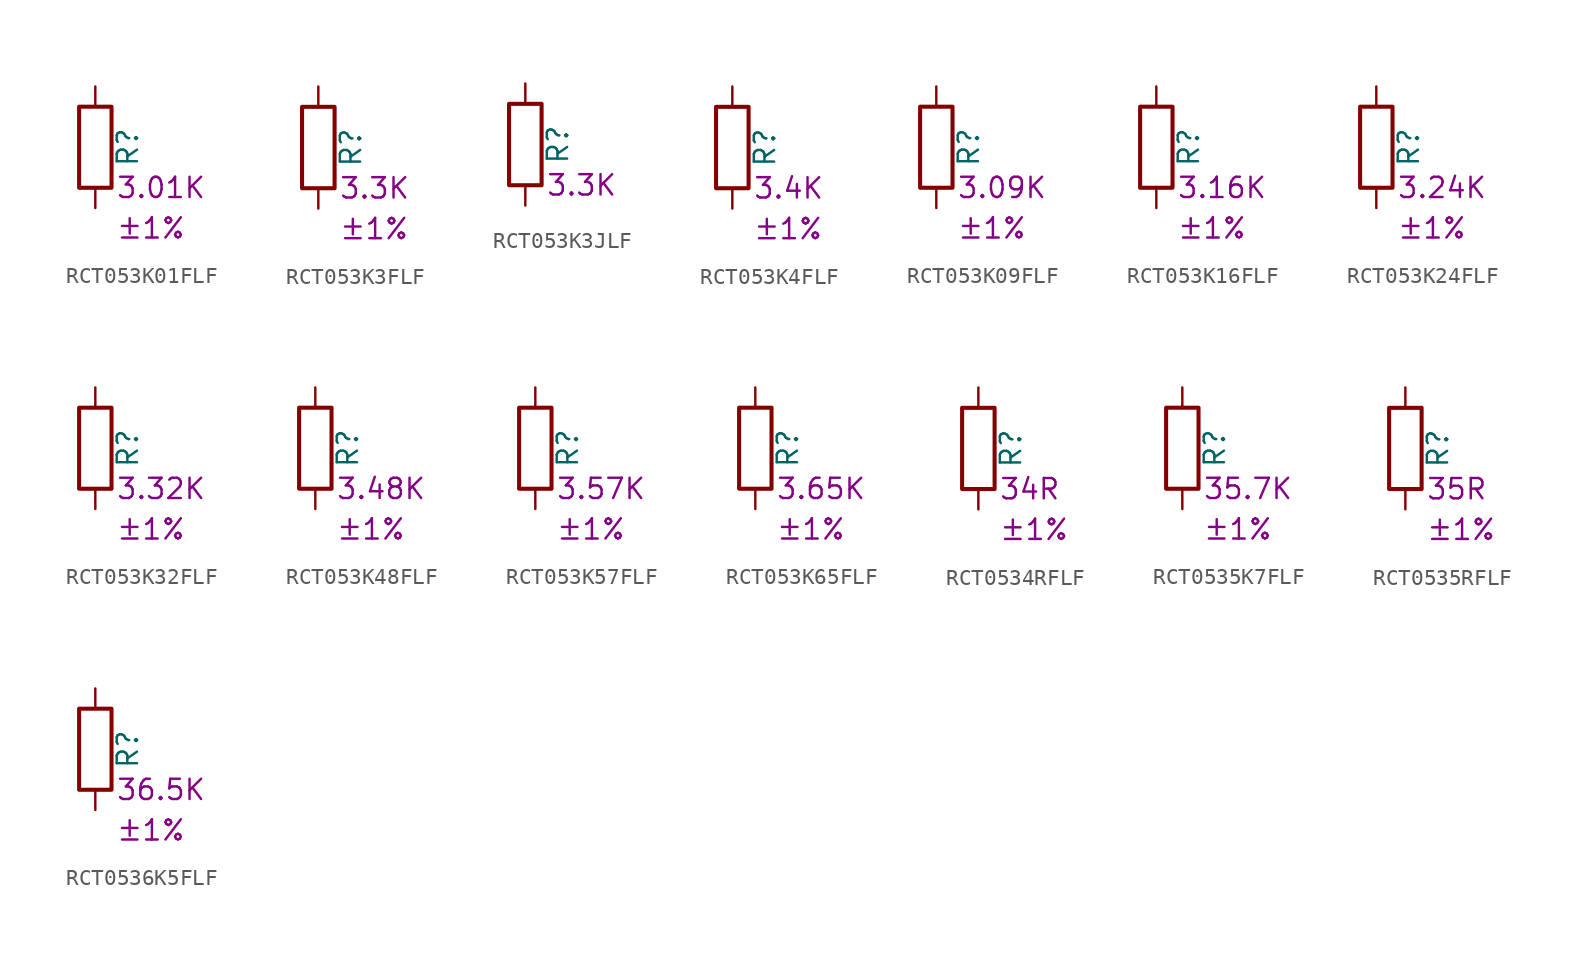
<source format=kicad_sym>
(kicad_symbol_lib
  (version 20220914)
  (generator kicad_symbol_editor)
  (symbol "RCT053K01FLF"
    (pin_numbers hide)
    (pin_names
      (offset 0))
    (property "Reference" "R"
      (at 2.032 0 90)
      (effects (font (size 1.27 1.27))))
    (property "Resistance" "3.01K"
      (at 1.27 -2.54 0)
      (effects (font (size 1.27 1.27)) (justify left)))
    (property "Tolerance" "±1%"
      (at 1.27 -5.08 0)
      (effects (font (size 1.27 1.27)) (justify left)))
    (symbol "RCT053K01FLF_0_1"
      (rectangle (start -1.016 -2.54) (end 1.016 2.54) (stroke (width 0.254) (type default)) (fill (type none))))
    (symbol "RCT053K01FLF_1_1"
      (pin passive line (at 0 3.81 270) (length 1.27) (name "~" (effects (font (size 1.27 1.27)))) (number "1" (effects (font (size 1.27 1.27)))))
      (pin passive line (at 0 -3.81 90) (length 1.27) (name "~" (effects (font (size 1.27 1.27)))) (number "2" (effects (font (size 1.27 1.27)))))))
  (symbol "RCT053K3FLF"
    (pin_numbers hide)
    (pin_names
      (offset 0))
    (property "Reference" "R"
      (at 2.032 0 90)
      (effects (font (size 1.27 1.27))))
    (property "Resistance" "3.3K"
      (at 1.27 -2.54 0)
      (effects (font (size 1.27 1.27)) (justify left)))
    (property "Tolerance" "±1%"
      (at 1.27 -5.08 0)
      (effects (font (size 1.27 1.27)) (justify left)))
    (symbol "RCT053K3FLF_0_1"
      (rectangle (start -1.016 -2.54) (end 1.016 2.54) (stroke (width 0.254) (type default)) (fill (type none))))
    (symbol "RCT053K3FLF_1_1"
      (pin passive line (at 0 3.81 270) (length 1.27) (name "~" (effects (font (size 1.27 1.27)))) (number "1" (effects (font (size 1.27 1.27)))))
      (pin passive line (at 0 -3.81 90) (length 1.27) (name "~" (effects (font (size 1.27 1.27)))) (number "2" (effects (font (size 1.27 1.27)))))))
  (symbol "RCT053K3JLF"
    (pin_numbers hide)
    (pin_names
      (offset 0))
    (property "Reference" "R"
      (at 2.032 0 90)
      (effects (font (size 1.27 1.27))))
    (property "Resistance" "3.3K"
      (at 1.27 -2.54 0)
      (effects (font (size 1.27 1.27)) (justify left)))
    (symbol "RCT053K3JLF_0_1"
      (rectangle (start -1.016 -2.54) (end 1.016 2.54) (stroke (width 0.254) (type default)) (fill (type none))))
    (symbol "RCT053K3JLF_1_1"
      (pin passive line (at 0 3.81 270) (length 1.27) (name "~" (effects (font (size 1.27 1.27)))) (number "1" (effects (font (size 1.27 1.27)))))
      (pin passive line (at 0 -3.81 90) (length 1.27) (name "~" (effects (font (size 1.27 1.27)))) (number "2" (effects (font (size 1.27 1.27)))))))
  (symbol "RCT053K4FLF"
    (pin_numbers hide)
    (pin_names
      (offset 0))
    (property "Reference" "R"
      (at 2.032 0 90)
      (effects (font (size 1.27 1.27))))
    (property "Resistance" "3.4K"
      (at 1.27 -2.54 0)
      (effects (font (size 1.27 1.27)) (justify left)))
    (property "Tolerance" "±1%"
      (at 1.27 -5.08 0)
      (effects (font (size 1.27 1.27)) (justify left)))
    (symbol "RCT053K4FLF_0_1"
      (rectangle (start -1.016 -2.54) (end 1.016 2.54) (stroke (width 0.254) (type default)) (fill (type none))))
    (symbol "RCT053K4FLF_1_1"
      (pin passive line (at 0 3.81 270) (length 1.27) (name "~" (effects (font (size 1.27 1.27)))) (number "1" (effects (font (size 1.27 1.27)))))
      (pin passive line (at 0 -3.81 90) (length 1.27) (name "~" (effects (font (size 1.27 1.27)))) (number "2" (effects (font (size 1.27 1.27)))))))
  (symbol "RCT053K09FLF"
    (pin_numbers hide)
    (pin_names
      (offset 0))
    (property "Reference" "R"
      (at 2.032 0 90)
      (effects (font (size 1.27 1.27))))
    (property "Resistance" "3.09K"
      (at 1.27 -2.54 0)
      (effects (font (size 1.27 1.27)) (justify left)))
    (property "Tolerance" "±1%"
      (at 1.27 -5.08 0)
      (effects (font (size 1.27 1.27)) (justify left)))
    (symbol "RCT053K09FLF_0_1"
      (rectangle (start -1.016 -2.54) (end 1.016 2.54) (stroke (width 0.254) (type default)) (fill (type none))))
    (symbol "RCT053K09FLF_1_1"
      (pin passive line (at 0 3.81 270) (length 1.27) (name "~" (effects (font (size 1.27 1.27)))) (number "1" (effects (font (size 1.27 1.27)))))
      (pin passive line (at 0 -3.81 90) (length 1.27) (name "~" (effects (font (size 1.27 1.27)))) (number "2" (effects (font (size 1.27 1.27)))))))
  (symbol "RCT053K16FLF"
    (pin_numbers hide)
    (pin_names
      (offset 0))
    (property "Reference" "R"
      (at 2.032 0 90)
      (effects (font (size 1.27 1.27))))
    (property "Resistance" "3.16K"
      (at 1.27 -2.54 0)
      (effects (font (size 1.27 1.27)) (justify left)))
    (property "Tolerance" "±1%"
      (at 1.27 -5.08 0)
      (effects (font (size 1.27 1.27)) (justify left)))
    (symbol "RCT053K16FLF_0_1"
      (rectangle (start -1.016 -2.54) (end 1.016 2.54) (stroke (width 0.254) (type default)) (fill (type none))))
    (symbol "RCT053K16FLF_1_1"
      (pin passive line (at 0 3.81 270) (length 1.27) (name "~" (effects (font (size 1.27 1.27)))) (number "1" (effects (font (size 1.27 1.27)))))
      (pin passive line (at 0 -3.81 90) (length 1.27) (name "~" (effects (font (size 1.27 1.27)))) (number "2" (effects (font (size 1.27 1.27)))))))
  (symbol "RCT053K24FLF"
    (pin_numbers hide)
    (pin_names
      (offset 0))
    (property "Reference" "R"
      (at 2.032 0 90)
      (effects (font (size 1.27 1.27))))
    (property "Resistance" "3.24K"
      (at 1.27 -2.54 0)
      (effects (font (size 1.27 1.27)) (justify left)))
    (property "Tolerance" "±1%"
      (at 1.27 -5.08 0)
      (effects (font (size 1.27 1.27)) (justify left)))
    (symbol "RCT053K24FLF_0_1"
      (rectangle (start -1.016 -2.54) (end 1.016 2.54) (stroke (width 0.254) (type default)) (fill (type none))))
    (symbol "RCT053K24FLF_1_1"
      (pin passive line (at 0 3.81 270) (length 1.27) (name "~" (effects (font (size 1.27 1.27)))) (number "1" (effects (font (size 1.27 1.27)))))
      (pin passive line (at 0 -3.81 90) (length 1.27) (name "~" (effects (font (size 1.27 1.27)))) (number "2" (effects (font (size 1.27 1.27)))))))
  (symbol "RCT053K32FLF"
    (pin_numbers hide)
    (pin_names
      (offset 0))
    (property "Reference" "R"
      (at 2.032 0 90)
      (effects (font (size 1.27 1.27))))
    (property "Resistance" "3.32K"
      (at 1.27 -2.54 0)
      (effects (font (size 1.27 1.27)) (justify left)))
    (property "Tolerance" "±1%"
      (at 1.27 -5.08 0)
      (effects (font (size 1.27 1.27)) (justify left)))
    (symbol "RCT053K32FLF_0_1"
      (rectangle (start -1.016 -2.54) (end 1.016 2.54) (stroke (width 0.254) (type default)) (fill (type none))))
    (symbol "RCT053K32FLF_1_1"
      (pin passive line (at 0 3.81 270) (length 1.27) (name "~" (effects (font (size 1.27 1.27)))) (number "1" (effects (font (size 1.27 1.27)))))
      (pin passive line (at 0 -3.81 90) (length 1.27) (name "~" (effects (font (size 1.27 1.27)))) (number "2" (effects (font (size 1.27 1.27)))))))
  (symbol "RCT053K48FLF"
    (pin_numbers hide)
    (pin_names
      (offset 0))
    (property "Reference" "R"
      (at 2.032 0 90)
      (effects (font (size 1.27 1.27))))
    (property "Resistance" "3.48K"
      (at 1.27 -2.54 0)
      (effects (font (size 1.27 1.27)) (justify left)))
    (property "Tolerance" "±1%"
      (at 1.27 -5.08 0)
      (effects (font (size 1.27 1.27)) (justify left)))
    (symbol "RCT053K48FLF_0_1"
      (rectangle (start -1.016 -2.54) (end 1.016 2.54) (stroke (width 0.254) (type default)) (fill (type none))))
    (symbol "RCT053K48FLF_1_1"
      (pin passive line (at 0 3.81 270) (length 1.27) (name "~" (effects (font (size 1.27 1.27)))) (number "1" (effects (font (size 1.27 1.27)))))
      (pin passive line (at 0 -3.81 90) (length 1.27) (name "~" (effects (font (size 1.27 1.27)))) (number "2" (effects (font (size 1.27 1.27)))))))
  (symbol "RCT053K57FLF"
    (pin_numbers hide)
    (pin_names
      (offset 0))
    (property "Reference" "R"
      (at 2.032 0 90)
      (effects (font (size 1.27 1.27))))
    (property "Resistance" "3.57K"
      (at 1.27 -2.54 0)
      (effects (font (size 1.27 1.27)) (justify left)))
    (property "Tolerance" "±1%"
      (at 1.27 -5.08 0)
      (effects (font (size 1.27 1.27)) (justify left)))
    (symbol "RCT053K57FLF_0_1"
      (rectangle (start -1.016 -2.54) (end 1.016 2.54) (stroke (width 0.254) (type default)) (fill (type none))))
    (symbol "RCT053K57FLF_1_1"
      (pin passive line (at 0 3.81 270) (length 1.27) (name "~" (effects (font (size 1.27 1.27)))) (number "1" (effects (font (size 1.27 1.27)))))
      (pin passive line (at 0 -3.81 90) (length 1.27) (name "~" (effects (font (size 1.27 1.27)))) (number "2" (effects (font (size 1.27 1.27)))))))
  (symbol "RCT053K65FLF"
    (pin_numbers hide)
    (pin_names
      (offset 0))
    (property "Reference" "R"
      (at 2.032 0 90)
      (effects (font (size 1.27 1.27))))
    (property "Resistance" "3.65K"
      (at 1.27 -2.54 0)
      (effects (font (size 1.27 1.27)) (justify left)))
    (property "Tolerance" "±1%"
      (at 1.27 -5.08 0)
      (effects (font (size 1.27 1.27)) (justify left)))
    (symbol "RCT053K65FLF_0_1"
      (rectangle (start -1.016 -2.54) (end 1.016 2.54) (stroke (width 0.254) (type default)) (fill (type none))))
    (symbol "RCT053K65FLF_1_1"
      (pin passive line (at 0 3.81 270) (length 1.27) (name "~" (effects (font (size 1.27 1.27)))) (number "1" (effects (font (size 1.27 1.27)))))
      (pin passive line (at 0 -3.81 90) (length 1.27) (name "~" (effects (font (size 1.27 1.27)))) (number "2" (effects (font (size 1.27 1.27)))))))
  (symbol "RCT0534RFLF"
    (pin_numbers hide)
    (pin_names
      (offset 0))
    (property "Reference" "R"
      (at 2.032 0 90)
      (effects (font (size 1.27 1.27))))
    (property "Resistance" "34R"
      (at 1.27 -2.54 0)
      (effects (font (size 1.27 1.27)) (justify left)))
    (property "Tolerance" "±1%"
      (at 1.27 -5.08 0)
      (effects (font (size 1.27 1.27)) (justify left)))
    (symbol "RCT0534RFLF_0_1"
      (rectangle (start -1.016 -2.54) (end 1.016 2.54) (stroke (width 0.254) (type default)) (fill (type none))))
    (symbol "RCT0534RFLF_1_1"
      (pin passive line (at 0 3.81 270) (length 1.27) (name "~" (effects (font (size 1.27 1.27)))) (number "1" (effects (font (size 1.27 1.27)))))
      (pin passive line (at 0 -3.81 90) (length 1.27) (name "~" (effects (font (size 1.27 1.27)))) (number "2" (effects (font (size 1.27 1.27)))))))
  (symbol "RCT0535K7FLF"
    (pin_numbers hide)
    (pin_names
      (offset 0))
    (property "Reference" "R"
      (at 2.032 0 90)
      (effects (font (size 1.27 1.27))))
    (property "Resistance" "35.7K"
      (at 1.27 -2.54 0)
      (effects (font (size 1.27 1.27)) (justify left)))
    (property "Tolerance" "±1%"
      (at 1.27 -5.08 0)
      (effects (font (size 1.27 1.27)) (justify left)))
    (symbol "RCT0535K7FLF_0_1"
      (rectangle (start -1.016 -2.54) (end 1.016 2.54) (stroke (width 0.254) (type default)) (fill (type none))))
    (symbol "RCT0535K7FLF_1_1"
      (pin passive line (at 0 3.81 270) (length 1.27) (name "~" (effects (font (size 1.27 1.27)))) (number "1" (effects (font (size 1.27 1.27)))))
      (pin passive line (at 0 -3.81 90) (length 1.27) (name "~" (effects (font (size 1.27 1.27)))) (number "2" (effects (font (size 1.27 1.27)))))))
  (symbol "RCT0535RFLF"
    (pin_numbers hide)
    (pin_names
      (offset 0))
    (property "Reference" "R"
      (at 2.032 0 90)
      (effects (font (size 1.27 1.27))))
    (property "Resistance" "35R"
      (at 1.27 -2.54 0)
      (effects (font (size 1.27 1.27)) (justify left)))
    (property "Tolerance" "±1%"
      (at 1.27 -5.08 0)
      (effects (font (size 1.27 1.27)) (justify left)))
    (symbol "RCT0535RFLF_0_1"
      (rectangle (start -1.016 -2.54) (end 1.016 2.54) (stroke (width 0.254) (type default)) (fill (type none))))
    (symbol "RCT0535RFLF_1_1"
      (pin passive line (at 0 3.81 270) (length 1.27) (name "~" (effects (font (size 1.27 1.27)))) (number "1" (effects (font (size 1.27 1.27)))))
      (pin passive line (at 0 -3.81 90) (length 1.27) (name "~" (effects (font (size 1.27 1.27)))) (number "2" (effects (font (size 1.27 1.27)))))))
  (symbol "RCT0536K5FLF"
    (pin_numbers hide)
    (pin_names
      (offset 0))
    (property "Reference" "R"
      (at 2.032 0 90)
      (effects (font (size 1.27 1.27))))
    (property "Resistance" "36.5K"
      (at 1.27 -2.54 0)
      (effects (font (size 1.27 1.27)) (justify left)))
    (property "Tolerance" "±1%"
      (at 1.27 -5.08 0)
      (effects (font (size 1.27 1.27)) (justify left)))
    (symbol "RCT0536K5FLF_0_1"
      (rectangle (start -1.016 -2.54) (end 1.016 2.54) (stroke (width 0.254) (type default)) (fill (type none))))
    (symbol "RCT0536K5FLF_1_1"
      (pin passive line (at 0 3.81 270) (length 1.27) (name "~" (effects (font (size 1.27 1.27)))) (number "1" (effects (font (size 1.27 1.27)))))
      (pin passive line (at 0 -3.81 90) (length 1.27) (name "~" (effects (font (size 1.27 1.27)))) (number "2" (effects (font (size 1.27 1.27))))))))
</source>
